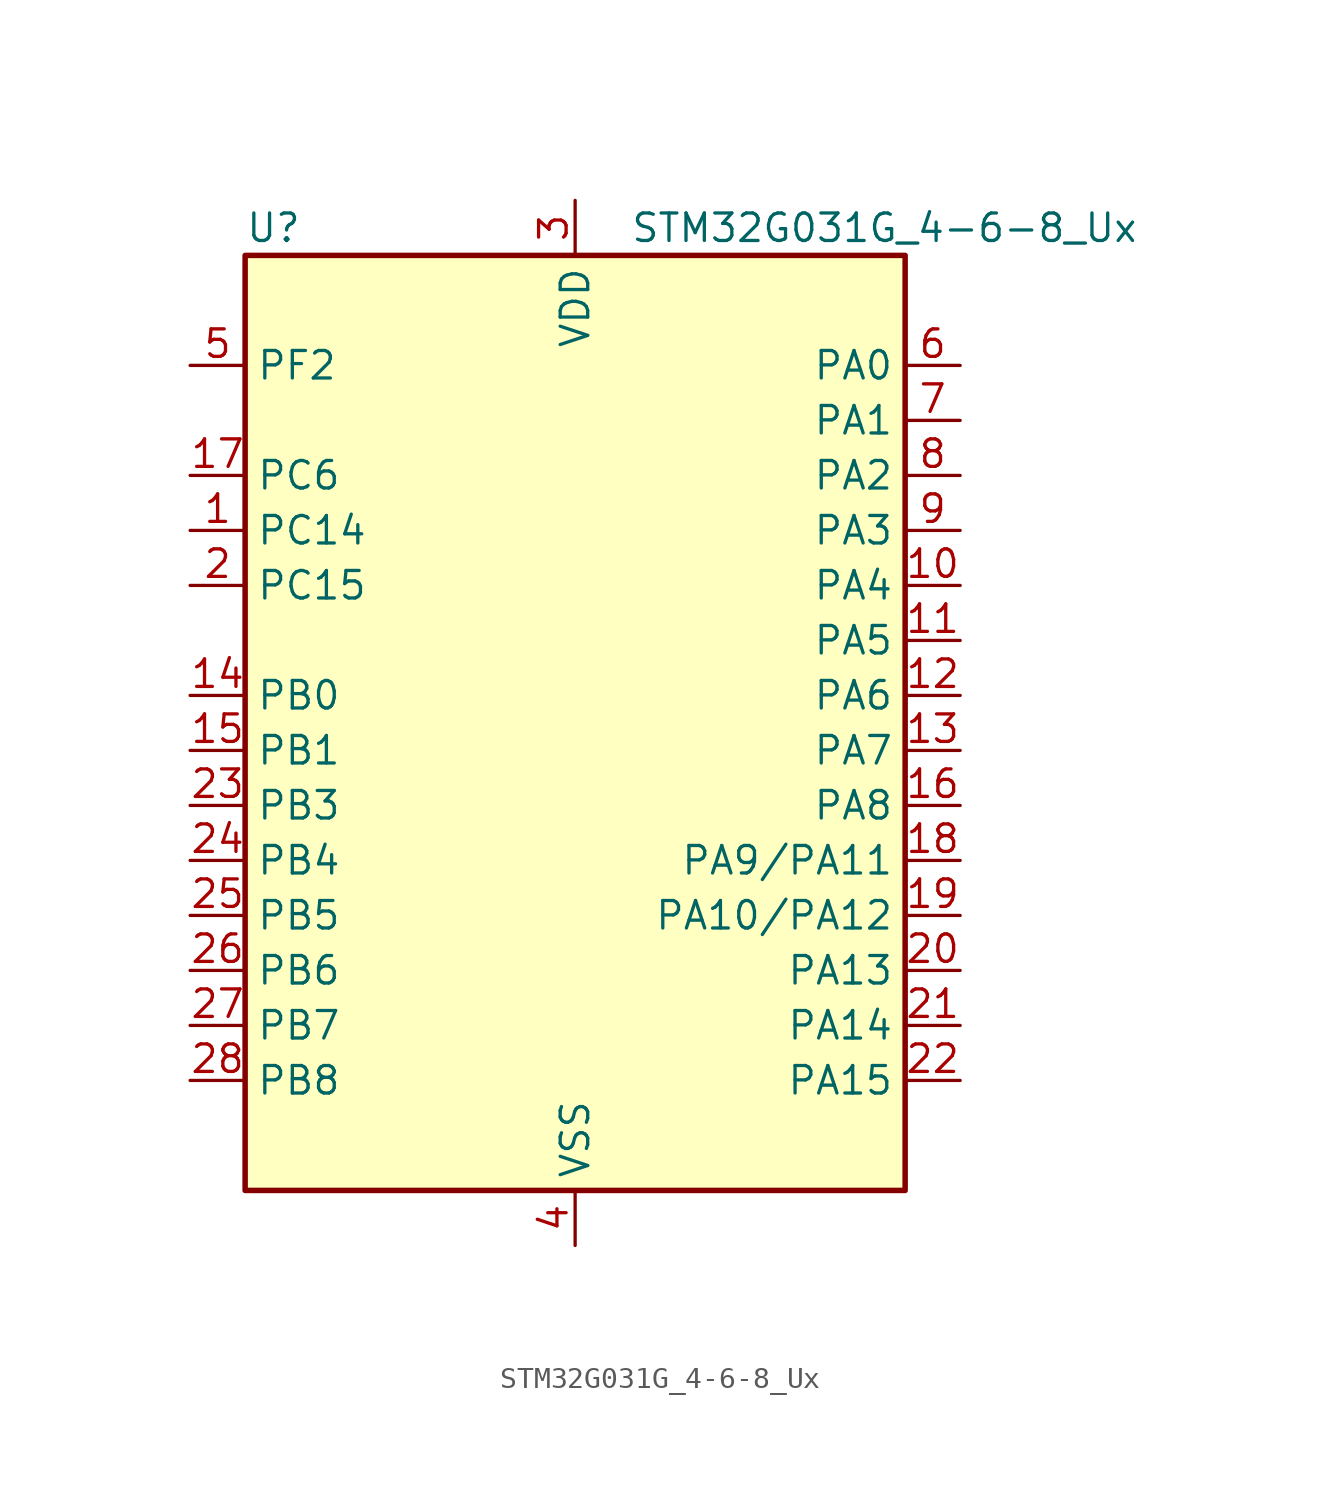
<source format=kicad_sym>
(kicad_symbol_lib
  (version 20241209)
  (generator "kicad_symbol_editor")
  (generator_version "9.0")
  (symbol "STM32G031G_4-6-8_Ux"
    (property "Reference" "U"
      (at -15.24 24.13 0)
      (effects (font (size 1.27 1.27)) (justify left)))
    (property "Value" "STM32G031G_4-6-8_Ux"
      (at 2.54 24.13 0)
      (effects (font (size 1.27 1.27)) (justify left)))
    (symbol "STM32G031G_4-6-8_Ux_0_1"
      (rectangle (start -15.24 -20.32) (end 15.24 22.86) (stroke (width 0.254) (type default)) (fill (type background))))
    (symbol "STM32G031G_4-6-8_Ux_1_1"
      (pin bidirectional line (at -17.78 17.78 0) (length 2.54) (name "PF2" (effects (font (size 1.27 1.27)))) (number "5" (effects (font (size 1.27 1.27)))) (alternate "RCC_MCO" bidirectional line))
      (pin bidirectional line (at -17.78 12.7 0) (length 2.54) (name "PC6" (effects (font (size 1.27 1.27)))) (number "17" (effects (font (size 1.27 1.27)))) (alternate "TIM2_CH3" bidirectional line) (alternate "TIM3_CH1" bidirectional line))
      (pin bidirectional line (at -17.78 10.16 0) (length 2.54) (name "PC14" (effects (font (size 1.27 1.27)))) (number "1" (effects (font (size 1.27 1.27)))) (alternate "RCC_OSC32_IN" bidirectional line) (alternate "RCC_OSC_IN" bidirectional line) (alternate "TIM1_BK2" bidirectional line))
      (pin bidirectional line (at -17.78 7.62 0) (length 2.54) (name "PC15" (effects (font (size 1.27 1.27)))) (number "2" (effects (font (size 1.27 1.27)))) (alternate "RCC_OSC32_EN" bidirectional line) (alternate "RCC_OSC32_OUT" bidirectional line) (alternate "RCC_OSC_EN" bidirectional line))
      (pin bidirectional line (at -17.78 2.54 0) (length 2.54) (name "PB0" (effects (font (size 1.27 1.27)))) (number "14" (effects (font (size 1.27 1.27)))) (alternate "ADC1_IN8" bidirectional line) (alternate "I2S1_WS" bidirectional line) (alternate "LPTIM1_OUT" bidirectional line) (alternate "SPI1_NSS" bidirectional line) (alternate "TIM1_CH2N" bidirectional line) (alternate "TIM3_CH3" bidirectional line))
      (pin bidirectional line (at -17.78 0 0) (length 2.54) (name "PB1" (effects (font (size 1.27 1.27)))) (number "15" (effects (font (size 1.27 1.27)))) (alternate "ADC1_IN9" bidirectional line) (alternate "LPTIM2_IN1" bidirectional line) (alternate "LPUART1_DE" bidirectional line) (alternate "LPUART1_RTS" bidirectional line) (alternate "TIM14_CH1" bidirectional line) (alternate "TIM1_CH3N" bidirectional line) (alternate "TIM3_CH4" bidirectional line))
      (pin bidirectional line (at -17.78 -2.54 0) (length 2.54) (name "PB3" (effects (font (size 1.27 1.27)))) (number "23" (effects (font (size 1.27 1.27)))) (alternate "I2S1_CK" bidirectional line) (alternate "SPI1_SCK" bidirectional line) (alternate "TIM1_CH2" bidirectional line) (alternate "TIM2_CH2" bidirectional line) (alternate "USART1_CK" bidirectional line) (alternate "USART1_DE" bidirectional line) (alternate "USART1_RTS" bidirectional line))
      (pin bidirectional line (at -17.78 -5.08 0) (length 2.54) (name "PB4" (effects (font (size 1.27 1.27)))) (number "24" (effects (font (size 1.27 1.27)))) (alternate "I2S1_MCK" bidirectional line) (alternate "SPI1_MISO" bidirectional line) (alternate "TIM17_BK" bidirectional line) (alternate "TIM3_CH1" bidirectional line) (alternate "USART1_CTS" bidirectional line) (alternate "USART1_NSS" bidirectional line))
      (pin bidirectional line (at -17.78 -7.62 0) (length 2.54) (name "PB5" (effects (font (size 1.27 1.27)))) (number "25" (effects (font (size 1.27 1.27)))) (alternate "I2C1_SMBA" bidirectional line) (alternate "I2S1_SD" bidirectional line) (alternate "LPTIM1_IN1" bidirectional line) (alternate "SPI1_MOSI" bidirectional line) (alternate "SYS_WKUP6" bidirectional line) (alternate "TIM16_BK" bidirectional line) (alternate "TIM3_CH2" bidirectional line))
      (pin bidirectional line (at -17.78 -10.16 0) (length 2.54) (name "PB6" (effects (font (size 1.27 1.27)))) (number "26" (effects (font (size 1.27 1.27)))) (alternate "I2C1_SCL" bidirectional line) (alternate "LPTIM1_ETR" bidirectional line) (alternate "SPI2_MISO" bidirectional line) (alternate "TIM16_CH1N" bidirectional line) (alternate "TIM1_CH3" bidirectional line) (alternate "USART1_TX" bidirectional line))
      (pin bidirectional line (at -17.78 -12.7 0) (length 2.54) (name "PB7" (effects (font (size 1.27 1.27)))) (number "27" (effects (font (size 1.27 1.27)))) (alternate "ADC1_IN11" bidirectional line) (alternate "I2C1_SDA" bidirectional line) (alternate "LPTIM1_IN2" bidirectional line) (alternate "SPI2_MOSI" bidirectional line) (alternate "SYS_PVD_IN" bidirectional line) (alternate "TIM17_CH1N" bidirectional line) (alternate "USART1_RX" bidirectional line))
      (pin bidirectional line (at -17.78 -15.24 0) (length 2.54) (name "PB8" (effects (font (size 1.27 1.27)))) (number "28" (effects (font (size 1.27 1.27)))) (alternate "I2C1_SCL" bidirectional line) (alternate "SPI2_SCK" bidirectional line) (alternate "TIM16_CH1" bidirectional line))
      (pin power_in line (at 0 25.4 270) (length 2.54) (name "VDD" (effects (font (size 1.27 1.27)))) (number "3" (effects (font (size 1.27 1.27)))))
      (pin power_in line (at 0 -22.86 90) (length 2.54) (name "VSS" (effects (font (size 1.27 1.27)))) (number "4" (effects (font (size 1.27 1.27)))))
      (pin bidirectional line (at 17.78 17.78 180) (length 2.54) (name "PA0" (effects (font (size 1.27 1.27)))) (number "6" (effects (font (size 1.27 1.27)))) (alternate "ADC1_IN0" bidirectional line) (alternate "LPTIM1_OUT" bidirectional line) (alternate "RTC_TAMP_IN2" bidirectional line) (alternate "SPI2_SCK" bidirectional line) (alternate "SYS_WKUP1" bidirectional line) (alternate "TIM2_CH1" bidirectional line) (alternate "TIM2_ETR" bidirectional line) (alternate "USART2_CTS" bidirectional line) (alternate "USART2_NSS" bidirectional line))
      (pin bidirectional line (at 17.78 15.24 180) (length 2.54) (name "PA1" (effects (font (size 1.27 1.27)))) (number "7" (effects (font (size 1.27 1.27)))) (alternate "ADC1_IN1" bidirectional line) (alternate "I2C1_SMBA" bidirectional line) (alternate "I2S1_CK" bidirectional line) (alternate "SPI1_SCK" bidirectional line) (alternate "TIM2_CH2" bidirectional line) (alternate "USART2_CK" bidirectional line) (alternate "USART2_DE" bidirectional line) (alternate "USART2_RTS" bidirectional line))
      (pin bidirectional line (at 17.78 12.7 180) (length 2.54) (name "PA2" (effects (font (size 1.27 1.27)))) (number "8" (effects (font (size 1.27 1.27)))) (alternate "ADC1_IN2" bidirectional line) (alternate "I2S1_SD" bidirectional line) (alternate "LPUART1_TX" bidirectional line) (alternate "RCC_LSCO" bidirectional line) (alternate "SPI1_MOSI" bidirectional line) (alternate "SYS_WKUP4" bidirectional line) (alternate "TIM2_CH3" bidirectional line) (alternate "USART2_TX" bidirectional line))
      (pin bidirectional line (at 17.78 10.16 180) (length 2.54) (name "PA3" (effects (font (size 1.27 1.27)))) (number "9" (effects (font (size 1.27 1.27)))) (alternate "ADC1_IN3" bidirectional line) (alternate "LPUART1_RX" bidirectional line) (alternate "SPI2_MISO" bidirectional line) (alternate "TIM2_CH4" bidirectional line) (alternate "USART2_RX" bidirectional line))
      (pin bidirectional line (at 17.78 7.62 180) (length 2.54) (name "PA4" (effects (font (size 1.27 1.27)))) (number "10" (effects (font (size 1.27 1.27)))) (alternate "ADC1_IN4" bidirectional line) (alternate "I2S1_WS" bidirectional line) (alternate "LPTIM2_OUT" bidirectional line) (alternate "RTC_OUT_ALARM" bidirectional line) (alternate "RTC_OUT_CALIB" bidirectional line) (alternate "RTC_TAMP_IN1" bidirectional line) (alternate "RTC_TS" bidirectional line) (alternate "SPI1_NSS" bidirectional line) (alternate "SPI2_MOSI" bidirectional line) (alternate "SYS_WKUP2" bidirectional line) (alternate "TIM14_CH1" bidirectional line))
      (pin bidirectional line (at 17.78 5.08 180) (length 2.54) (name "PA5" (effects (font (size 1.27 1.27)))) (number "11" (effects (font (size 1.27 1.27)))) (alternate "ADC1_IN5" bidirectional line) (alternate "I2S1_CK" bidirectional line) (alternate "LPTIM2_ETR" bidirectional line) (alternate "SPI1_SCK" bidirectional line) (alternate "TIM2_CH1" bidirectional line) (alternate "TIM2_ETR" bidirectional line))
      (pin bidirectional line (at 17.78 2.54 180) (length 2.54) (name "PA6" (effects (font (size 1.27 1.27)))) (number "12" (effects (font (size 1.27 1.27)))) (alternate "ADC1_IN6" bidirectional line) (alternate "I2S1_MCK" bidirectional line) (alternate "LPUART1_CTS" bidirectional line) (alternate "SPI1_MISO" bidirectional line) (alternate "TIM16_CH1" bidirectional line) (alternate "TIM1_BK" bidirectional line) (alternate "TIM3_CH1" bidirectional line))
      (pin bidirectional line (at 17.78 0 180) (length 2.54) (name "PA7" (effects (font (size 1.27 1.27)))) (number "13" (effects (font (size 1.27 1.27)))) (alternate "ADC1_IN7" bidirectional line) (alternate "I2S1_SD" bidirectional line) (alternate "SPI1_MOSI" bidirectional line) (alternate "TIM14_CH1" bidirectional line) (alternate "TIM17_CH1" bidirectional line) (alternate "TIM1_CH1N" bidirectional line) (alternate "TIM3_CH2" bidirectional line))
      (pin bidirectional line (at 17.78 -2.54 180) (length 2.54) (name "PA8" (effects (font (size 1.27 1.27)))) (number "16" (effects (font (size 1.27 1.27)))) (alternate "LPTIM2_OUT" bidirectional line) (alternate "RCC_MCO" bidirectional line) (alternate "SPI2_NSS" bidirectional line) (alternate "TIM1_CH1" bidirectional line))
      (pin bidirectional line (at 17.78 -5.08 180) (length 2.54) (name "PA9/PA11" (effects (font (size 1.27 1.27)))) (number "18" (effects (font (size 1.27 1.27)))) (alternate "ADC1_EXTI11 (PA11)" bidirectional line) (alternate "ADC1_IN15 (PA11)" bidirectional line) (alternate "I2C1_SCL (PA9)" bidirectional line) (alternate "I2C2_SCL (PA11)" bidirectional line) (alternate "I2S1_MCK (PA11)" bidirectional line) (alternate "PA11" bidirectional line) (alternate "PA9" bidirectional line) (alternate "RCC_MCO (PA9)" bidirectional line) (alternate "SPI1_MISO (PA11)" bidirectional line) (alternate "SPI2_MISO (PA9)" bidirectional line) (alternate "TIM1_BK2 (PA11)" bidirectional line) (alternate "TIM1_CH2 (PA9)" bidirectional line) (alternate "TIM1_CH4 (PA11)" bidirectional line) (alternate "USART1_CTS (PA11)" bidirectional line) (alternate "USART1_NSS (PA11)" bidirectional line) (alternate "USART1_TX (PA9)" bidirectional line))
      (pin bidirectional line (at 17.78 -7.62 180) (length 2.54) (name "PA10/PA12" (effects (font (size 1.27 1.27)))) (number "19" (effects (font (size 1.27 1.27)))) (alternate "ADC1_IN16 (PA12)" bidirectional line) (alternate "I2C1_SDA (PA10)" bidirectional line) (alternate "I2C2_SDA (PA12)" bidirectional line) (alternate "I2S1_SD (PA12)" bidirectional line) (alternate "I2S_CKIN (PA12)" bidirectional line) (alternate "PA10" bidirectional line) (alternate "PA12" bidirectional line) (alternate "SPI1_MOSI (PA12)" bidirectional line) (alternate "SPI2_MOSI (PA10)" bidirectional line) (alternate "TIM17_BK (PA10)" bidirectional line) (alternate "TIM1_CH3 (PA10)" bidirectional line) (alternate "TIM1_ETR (PA12)" bidirectional line) (alternate "USART1_CK (PA12)" bidirectional line) (alternate "USART1_DE (PA12)" bidirectional line) (alternate "USART1_RTS (PA12)" bidirectional line) (alternate "USART1_RX (PA10)" bidirectional line))
      (pin bidirectional line (at 17.78 -10.16 180) (length 2.54) (name "PA13" (effects (font (size 1.27 1.27)))) (number "20" (effects (font (size 1.27 1.27)))) (alternate "ADC1_IN17" bidirectional line) (alternate "IR_OUT" bidirectional line) (alternate "SYS_SWDIO" bidirectional line))
      (pin bidirectional line (at 17.78 -12.7 180) (length 2.54) (name "PA14" (effects (font (size 1.27 1.27)))) (number "21" (effects (font (size 1.27 1.27)))) (alternate "ADC1_IN18" bidirectional line) (alternate "SYS_SWCLK" bidirectional line) (alternate "USART2_TX" bidirectional line))
      (pin bidirectional line (at 17.78 -15.24 180) (length 2.54) (name "PA15" (effects (font (size 1.27 1.27)))) (number "22" (effects (font (size 1.27 1.27)))) (alternate "I2S1_WS" bidirectional line) (alternate "SPI1_NSS" bidirectional line) (alternate "TIM2_CH1" bidirectional line) (alternate "TIM2_ETR" bidirectional line) (alternate "USART2_RX" bidirectional line)))))
</source>
